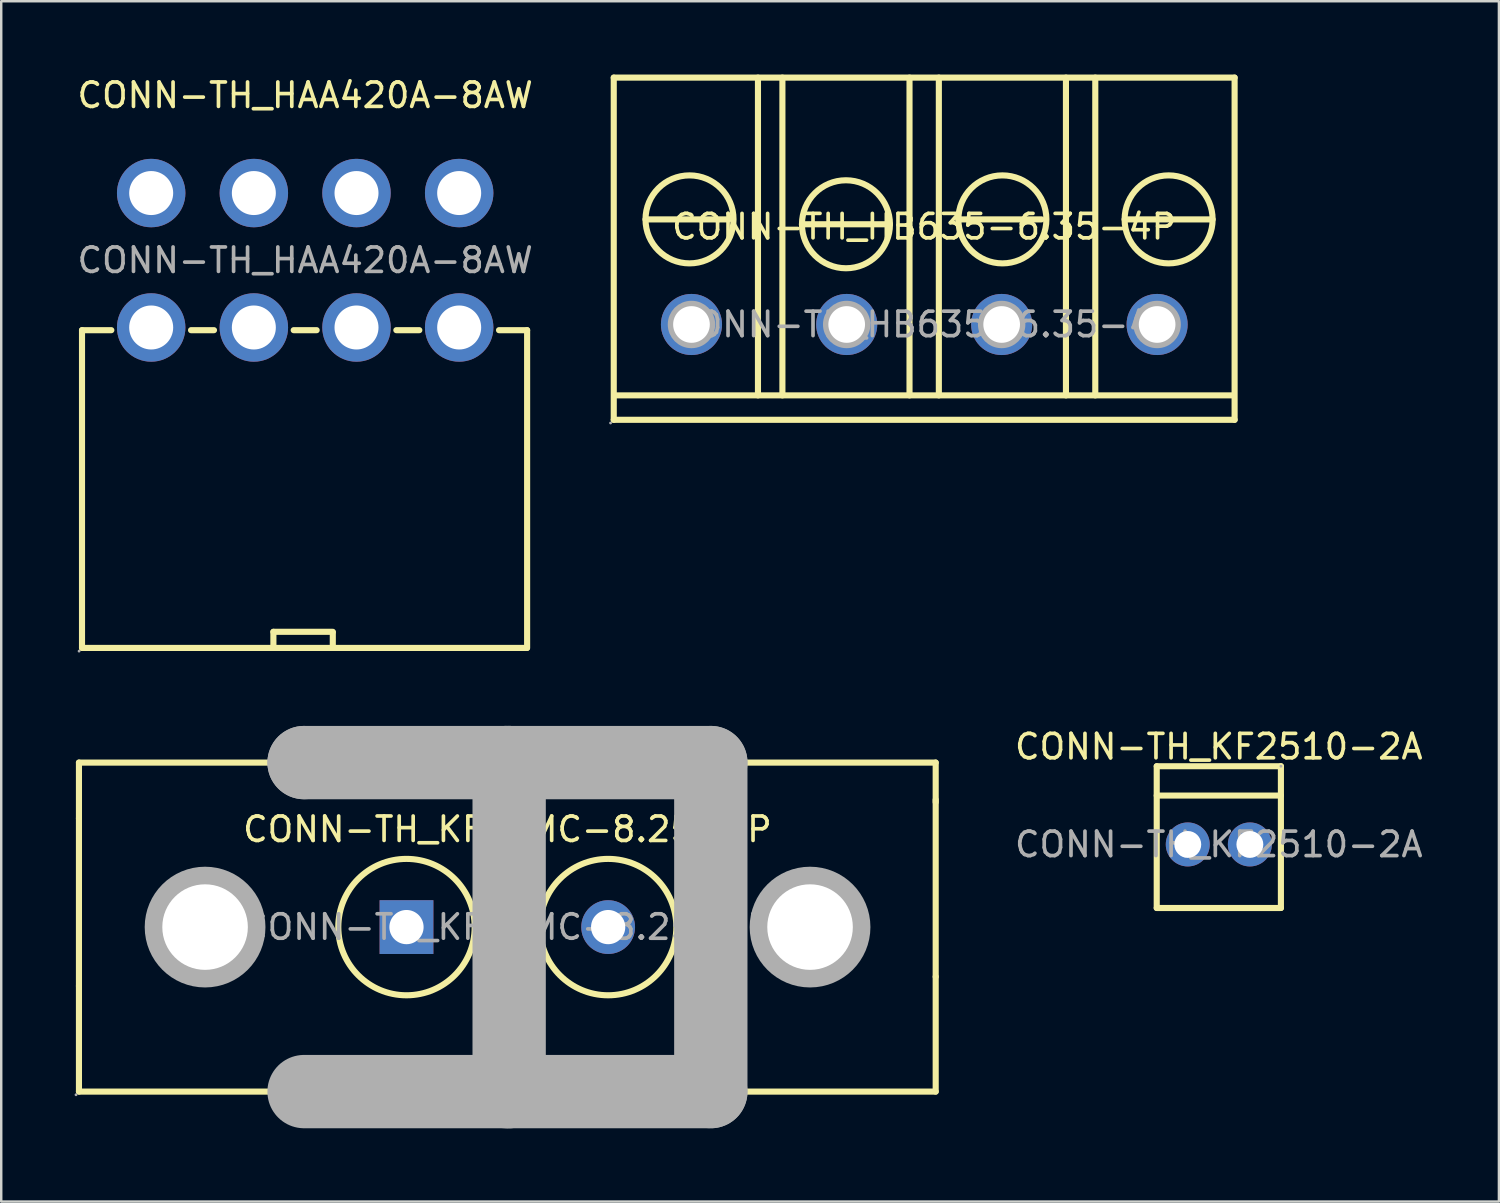
<source format=kicad_pcb>
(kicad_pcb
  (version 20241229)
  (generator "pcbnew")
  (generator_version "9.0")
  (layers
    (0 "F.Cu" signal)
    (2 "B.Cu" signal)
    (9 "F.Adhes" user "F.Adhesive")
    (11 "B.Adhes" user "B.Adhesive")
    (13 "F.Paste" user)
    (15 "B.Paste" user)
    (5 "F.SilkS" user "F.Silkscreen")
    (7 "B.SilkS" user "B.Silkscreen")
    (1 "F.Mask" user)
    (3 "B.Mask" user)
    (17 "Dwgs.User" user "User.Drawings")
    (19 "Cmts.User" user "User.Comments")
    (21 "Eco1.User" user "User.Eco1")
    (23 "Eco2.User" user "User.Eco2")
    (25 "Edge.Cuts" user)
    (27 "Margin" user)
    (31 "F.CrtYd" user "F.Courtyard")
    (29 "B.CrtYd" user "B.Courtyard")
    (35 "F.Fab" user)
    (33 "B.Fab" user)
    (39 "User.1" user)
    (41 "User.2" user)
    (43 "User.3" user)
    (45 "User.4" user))
  (footprint "CONN-TH_KF35MC-8.25-2P"
    (layer "F.Cu")
    (at 17.71 34.878)
    (property "Reference" "CONN-TH_KF35MC-8.25-2P" (at 0 -4 0) (layer "F.SilkS") (effects (font (size 1 1) (thickness 0.15))))
    (attr through_hole)
    (fp_line (start -17.53 -4.45) (end -17.53 -6.73) (stroke (width 0.25) (type solid)) (layer "F.SilkS"))
    (fp_line (start -17.53 -4.45) (end -17.53 2.41) (stroke (width 0.25) (type solid)) (layer "F.SilkS"))
    (fp_line (start -17.53 2.41) (end -17.53 6.73) (stroke (width 0.25) (type solid)) (layer "F.SilkS"))
    (fp_line (start -17.53 6.73) (end 17.52 6.73) (stroke (width 0.25) (type solid)) (layer "F.SilkS"))
    (fp_line (start 17.52 -6.73) (end -17.53 -6.73) (stroke (width 0.25) (type solid)) (layer "F.SilkS"))
    (fp_line (start 17.52 -5.21) (end 17.52 2.03) (stroke (width 0.25) (type solid)) (layer "F.SilkS"))
    (fp_line (start 17.52 -5.11) (end 17.52 -6.73) (stroke (width 0.25) (type solid)) (layer "F.SilkS"))
    (fp_line (start 17.52 2.03) (end 17.52 6.73) (stroke (width 0.25) (type solid)) (layer "F.SilkS"))
    (fp_circle (center -4.13 0) (end -1.34 0) (stroke (width 0.25) (type solid)) (fill no) (layer "F.SilkS"))
    (fp_circle (center 4.12 0) (end 6.91 0) (stroke (width 0.25) (type solid)) (fill no) (layer "F.SilkS"))
    (fp_line (start -8.32 -6.73) (end -8.32 -6.73) (stroke (width 3) (type solid)) (layer "F.Fab"))
    (fp_line (start -8.32 -6.73) (end 0.07 -6.73) (stroke (width 3) (type solid)) (layer "F.Fab"))
    (fp_line (start -0.07 -6.73) (end -0.07 -6.73) (stroke (width 3) (type solid)) (layer "F.Fab"))
    (fp_line (start -0.07 -6.73) (end 8.32 -6.73) (stroke (width 3) (type solid)) (layer "F.Fab"))
    (fp_line (start 0.07 -6.73) (end 0.07 6.73) (stroke (width 3) (type solid)) (layer "F.Fab"))
    (fp_line (start 0.07 6.73) (end -8.32 6.73) (stroke (width 3) (type solid)) (layer "F.Fab"))
    (fp_line (start 8.32 -6.73) (end 8.32 6.73) (stroke (width 3) (type solid)) (layer "F.Fab"))
    (fp_line (start 8.32 6.73) (end -0.07 6.73) (stroke (width 3) (type solid)) (layer "F.Fab"))
    (fp_circle (center -17.65 6.86) (end -17.62 6.86) (stroke (width 0.06) (type solid)) (fill no) (layer "F.Fab"))
    (fp_circle (center -12.37 0) (end -11.55 0) (stroke (width 1.65) (type solid)) (fill no) (layer "F.Fab"))
    (fp_circle (center -4.13 0) (end -3.83 0) (stroke (width 0.6) (type solid)) (fill no) (layer "F.Fab"))
    (fp_circle (center 4.12 0) (end 4.42 0) (stroke (width 0.6) (type solid)) (fill no) (layer "F.Fab"))
    (fp_circle (center 12.38 0) (end 13.2 0) (stroke (width 1.65) (type solid)) (fill no) (layer "F.Fab"))
    (fp_text user "${REFERENCE}" (at 0 0 0) (layer "F.Fab") (effects (font (size 1 1) (thickness 0.15))))
    (pad "" thru_hole circle (at -12.37 0) (size 3.5 3.5) (drill 3.5) (layers "*.Cu" "*.Mask"))
    (pad "" thru_hole circle (at 12.38 0) (size 3.5 3.5) (drill 3.5) (layers "*.Cu" "*.Mask"))
    (pad "1" thru_hole rect (at -4.13 0) (size 2.2 2.2) (drill 1.4) (layers "*.Cu" "*.Paste" "*.Mask"))
    (pad "2" thru_hole circle (at 4.12 0) (size 2.2 2.2) (drill 1.4) (layers "*.Cu" "*.Paste" "*.Mask")))
  (footprint "CONN-TH_HAA420A-8AW"
    (layer "F.Cu")
    (at 9.435 7.598)
    (property "Reference" "CONN-TH_HAA420A-8AW" (at 0 -6.75 0) (layer "F.SilkS") (effects (font (size 1 1) (thickness 0.15))))
    (attr through_hole)
    (fp_line (start -9.13 2.86) (end -9.13 15.86) (stroke (width 0.25) (type solid)) (layer "F.SilkS"))
    (fp_line (start -9.13 2.86) (end -7.93 2.86) (stroke (width 0.25) (type solid)) (layer "F.SilkS"))
    (fp_line (start -9.13 15.86) (end 9.07 15.86) (stroke (width 0.25) (type solid)) (layer "F.SilkS"))
    (fp_line (start -4.67 2.86) (end -3.73 2.86) (stroke (width 0.25) (type solid)) (layer "F.SilkS"))
    (fp_line (start -1.3 15.2) (end -1.3 15.8) (stroke (width 0.25) (type solid)) (layer "F.SilkS"))
    (fp_line (start -1.3 15.2) (end 1.13 15.2) (stroke (width 0.25) (type solid)) (layer "F.SilkS"))
    (fp_line (start -0.47 2.86) (end 0.47 2.86) (stroke (width 0.25) (type solid)) (layer "F.SilkS"))
    (fp_line (start 1.13 15.23) (end 1.13 15.83) (stroke (width 0.25) (type solid)) (layer "F.SilkS"))
    (fp_line (start 3.73 2.86) (end 4.67 2.86) (stroke (width 0.25) (type solid)) (layer "F.SilkS"))
    (fp_line (start 7.93 2.86) (end 9.08 2.86) (stroke (width 0.25) (type solid)) (layer "F.SilkS"))
    (fp_line (start 9.08 2.86) (end 9.08 15.86) (stroke (width 0.25) (type solid)) (layer "F.SilkS"))
    (fp_circle (center -9.25 15.99) (end -9.22 15.99) (stroke (width 0.06) (type solid)) (fill no) (layer "F.Fab"))
    (fp_circle (center -6.3 -2.75) (end -5.9 -2.75) (stroke (width 0.8) (type solid)) (fill no) (layer "F.Fab"))
    (fp_circle (center -6.3 2.75) (end -5.9 2.75) (stroke (width 0.8) (type solid)) (fill no) (layer "F.Fab"))
    (fp_circle (center -2.1 -2.75) (end -1.7 -2.75) (stroke (width 0.8) (type solid)) (fill no) (layer "F.Fab"))
    (fp_circle (center -2.1 2.75) (end -1.7 2.75) (stroke (width 0.8) (type solid)) (fill no) (layer "F.Fab"))
    (fp_circle (center 2.1 -2.75) (end 2.5 -2.75) (stroke (width 0.8) (type solid)) (fill no) (layer "F.Fab"))
    (fp_circle (center 2.1 2.75) (end 2.5 2.75) (stroke (width 0.8) (type solid)) (fill no) (layer "F.Fab"))
    (fp_circle (center 6.3 -2.75) (end 6.7 -2.75) (stroke (width 0.8) (type solid)) (fill no) (layer "F.Fab"))
    (fp_circle (center 6.3 2.75) (end 6.7 2.75) (stroke (width 0.8) (type solid)) (fill no) (layer "F.Fab"))
    (fp_text user "${REFERENCE}" (at 0 0 0) (layer "F.Fab") (effects (font (size 1 1) (thickness 0.15))))
    (pad "1" thru_hole circle (at -6.3 2.75) (size 2.8 2.8) (drill 1.8) (layers "*.Cu" "*.Paste" "*.Mask"))
    (pad "2" thru_hole circle (at -6.3 -2.75) (size 2.8 2.8) (drill 1.8) (layers "*.Cu" "*.Paste" "*.Mask"))
    (pad "3" thru_hole circle (at -2.1 2.75) (size 2.8 2.8) (drill 1.8) (layers "*.Cu" "*.Paste" "*.Mask"))
    (pad "4" thru_hole circle (at -2.1 -2.75) (size 2.8 2.8) (drill 1.8) (layers "*.Cu" "*.Paste" "*.Mask"))
    (pad "5" thru_hole circle (at 2.1 2.75) (size 2.8 2.8) (drill 1.8) (layers "*.Cu" "*.Paste" "*.Mask"))
    (pad "6" thru_hole circle (at 2.1 -2.75) (size 2.8 2.8) (drill 1.8) (layers "*.Cu" "*.Paste" "*.Mask"))
    (pad "7" thru_hole circle (at 6.3 2.75) (size 2.8 2.8) (drill 1.8) (layers "*.Cu" "*.Paste" "*.Mask"))
    (pad "8" thru_hole circle (at 6.3 -2.75) (size 2.8 2.8) (drill 1.8) (layers "*.Cu" "*.Paste" "*.Mask")))
  (footprint "CONN-TH_HB635-6.35-4P"
    (layer "F.Cu")
    (at 34.759 10.225)
    (property "Reference" "CONN-TH_HB635-6.35-4P" (at 0 -4 0) (layer "F.SilkS") (effects (font (size 1 1) (thickness 0.15))))
    (attr through_hole)
    (fp_line (start -12.7 -10.1) (end -12.7 3.9) (stroke (width 0.25) (type solid)) (layer "F.SilkS"))
    (fp_line (start -12.7 3.9) (end 12.7 3.9) (stroke (width 0.25) (type solid)) (layer "F.SilkS"))
    (fp_line (start -12.6 2.9) (end 12.6 2.9) (stroke (width 0.25) (type solid)) (layer "F.SilkS"))
    (fp_line (start -11.4 -4.3) (end -8 -4.3) (stroke (width 0.25) (type solid)) (layer "F.SilkS"))
    (fp_line (start -6.8 -10.1) (end -6.8 2.9) (stroke (width 0.25) (type solid)) (layer "F.SilkS"))
    (fp_line (start -5.8 -10.1) (end -5.8 2.9) (stroke (width 0.25) (type solid)) (layer "F.SilkS"))
    (fp_line (start -5 -4.1) (end -1.4 -4.1) (stroke (width 0.25) (type solid)) (layer "F.SilkS"))
    (fp_line (start -0.6 -10.1) (end -0.6 2.9) (stroke (width 0.25) (type solid)) (layer "F.SilkS"))
    (fp_line (start 0.6 -10.1) (end 0.6 2.9) (stroke (width 0.25) (type solid)) (layer "F.SilkS"))
    (fp_line (start 1.4 -4.3) (end 4.8 -4.3) (stroke (width 0.25) (type solid)) (layer "F.SilkS"))
    (fp_line (start 5.8 -10.1) (end 5.8 2.9) (stroke (width 0.25) (type solid)) (layer "F.SilkS"))
    (fp_line (start 7 -10.1) (end 7 2.9) (stroke (width 0.25) (type solid)) (layer "F.SilkS"))
    (fp_line (start 8.2 -4.3) (end 11.8 -4.3) (stroke (width 0.25) (type solid)) (layer "F.SilkS"))
    (fp_line (start 12.7 -10.1) (end -12.7 -10.1) (stroke (width 0.25) (type solid)) (layer "F.SilkS"))
    (fp_line (start 12.7 -10.1) (end 12.7 3.9) (stroke (width 0.25) (type solid)) (layer "F.SilkS"))
    (fp_circle (center -9.6 -4.3) (end -7.8 -4.3) (stroke (width 0.25) (type solid)) (fill no) (layer "F.SilkS"))
    (fp_circle (center -3.2 -4.1) (end -1.4 -4.1) (stroke (width 0.25) (type solid)) (fill no) (layer "F.SilkS"))
    (fp_circle (center 3.2 -4.3) (end 5 -4.3) (stroke (width 0.25) (type solid)) (fill no) (layer "F.SilkS"))
    (fp_circle (center 10 -4.3) (end 11.8 -4.3) (stroke (width 0.25) (type solid)) (fill no) (layer "F.SilkS"))
    (fp_circle (center -12.83 4.03) (end -12.8 4.03) (stroke (width 0.06) (type solid)) (fill no) (layer "F.Fab"))
    (fp_circle (center -9.52 0) (end -9.2 0) (stroke (width 0.65) (type solid)) (fill no) (layer "F.Fab"))
    (fp_circle (center -3.17 0) (end -2.85 0) (stroke (width 0.65) (type solid)) (fill no) (layer "F.Fab"))
    (fp_circle (center 3.17 0) (end 3.49 0) (stroke (width 0.65) (type solid)) (fill no) (layer "F.Fab"))
    (fp_circle (center 9.53 0) (end 9.85 0) (stroke (width 0.65) (type solid)) (fill no) (layer "F.Fab"))
    (fp_text user "${REFERENCE}" (at 0 0 0) (layer "F.Fab") (effects (font (size 1 1) (thickness 0.15))))
    (pad "1" thru_hole circle (at -9.52 0) (size 2.5 2.5) (drill 1.5) (layers "*.Cu" "*.Paste" "*.Mask"))
    (pad "2" thru_hole circle (at -3.17 0) (size 2.5 2.5) (drill 1.5) (layers "*.Cu" "*.Paste" "*.Mask"))
    (pad "3" thru_hole circle (at 3.17 0) (size 2.5 2.5) (drill 1.5) (layers "*.Cu" "*.Paste" "*.Mask"))
    (pad "4" thru_hole circle (at 9.53 0) (size 2.5 2.5) (drill 1.5) (layers "*.Cu" "*.Paste" "*.Mask")))
  (footprint "CONN-TH_KF2510-2A"
    (layer "F.Cu")
    (at 46.813 31.497)
    (property "Reference" "CONN-TH_KF2510-2A" (at 0 -4 0) (layer "F.SilkS") (effects (font (size 1 1) (thickness 0.15))))
    (attr through_hole)
    (fp_line (start -2.54 -3.2) (end -2.54 2.6) (stroke (width 0.25) (type solid)) (layer "F.SilkS"))
    (fp_line (start -2.54 -3.2) (end 2.54 -3.2) (stroke (width 0.25) (type solid)) (layer "F.SilkS"))
    (fp_line (start -2.54 -2) (end 2.54 -2) (stroke (width 0.25) (type solid)) (layer "F.SilkS"))
    (fp_line (start -2.54 2.6) (end 2.54 2.6) (stroke (width 0.25) (type solid)) (layer "F.SilkS"))
    (fp_line (start 2.54 -3.2) (end 2.54 2.6) (stroke (width 0.25) (type solid)) (layer "F.SilkS"))
    (fp_circle (center -1.27 0) (end -1.04 0) (stroke (width 0.45) (type solid)) (fill no) (layer "F.Fab"))
    (fp_circle (center 1.27 0) (end 1.5 0) (stroke (width 0.45) (type solid)) (fill no) (layer "F.Fab"))
    (fp_circle (center 2.54 -3.2) (end 2.57 -3.2) (stroke (width 0.06) (type solid)) (fill no) (layer "F.Fab"))
    (fp_text user "${REFERENCE}" (at 0 0 0) (layer "F.Fab") (effects (font (size 1 1) (thickness 0.15))))
    (pad "1" thru_hole circle (at 1.27 0 90) (size 1.8 1.8) (drill 1.1) (layers "*.Cu" "*.Paste" "*.Mask"))
    (pad "2" thru_hole circle (at -1.27 0 90) (size 1.8 1.8) (drill 1.1) (layers "*.Cu" "*.Paste" "*.Mask")))
  (gr_rect
    (start -3 -3)
    (end 58.272 46.108)
    (stroke (width 0.1) (type default))
    (fill no)
    (layer "Edge.Cuts")))
</source>
